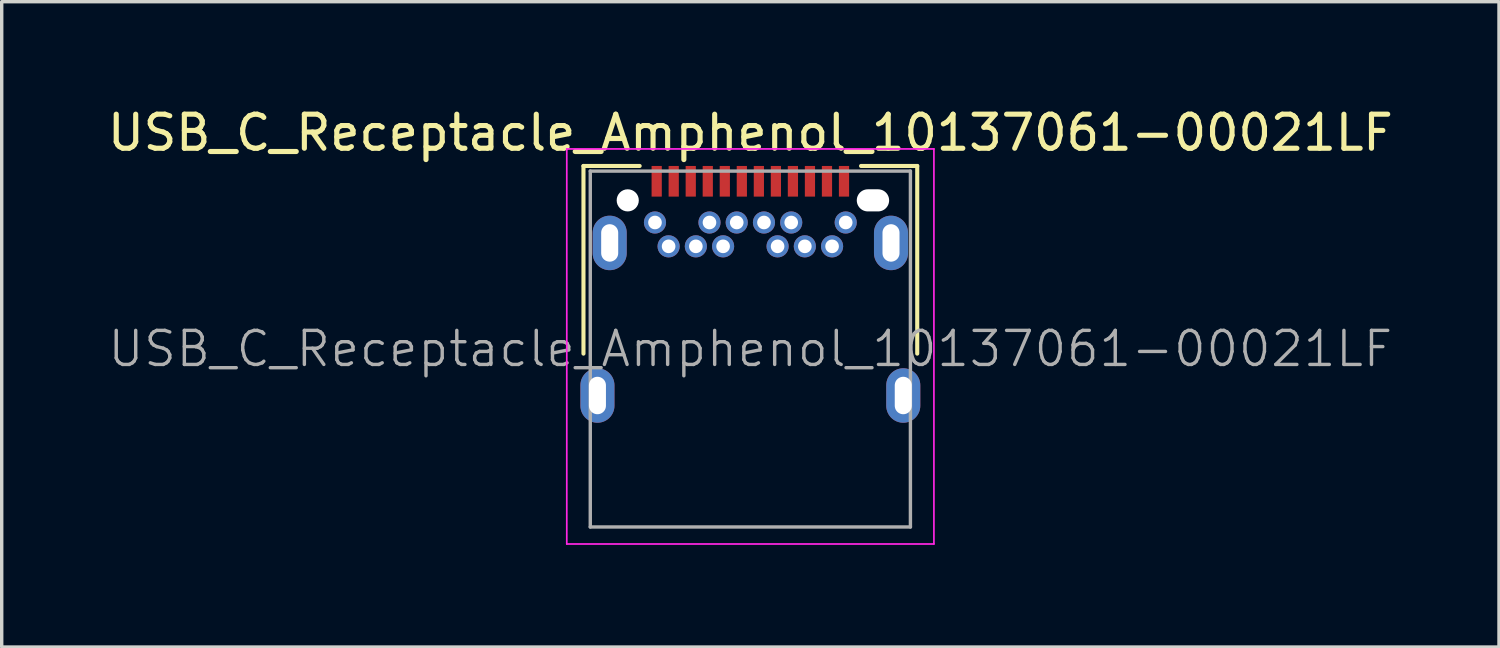
<source format=kicad_pcb>
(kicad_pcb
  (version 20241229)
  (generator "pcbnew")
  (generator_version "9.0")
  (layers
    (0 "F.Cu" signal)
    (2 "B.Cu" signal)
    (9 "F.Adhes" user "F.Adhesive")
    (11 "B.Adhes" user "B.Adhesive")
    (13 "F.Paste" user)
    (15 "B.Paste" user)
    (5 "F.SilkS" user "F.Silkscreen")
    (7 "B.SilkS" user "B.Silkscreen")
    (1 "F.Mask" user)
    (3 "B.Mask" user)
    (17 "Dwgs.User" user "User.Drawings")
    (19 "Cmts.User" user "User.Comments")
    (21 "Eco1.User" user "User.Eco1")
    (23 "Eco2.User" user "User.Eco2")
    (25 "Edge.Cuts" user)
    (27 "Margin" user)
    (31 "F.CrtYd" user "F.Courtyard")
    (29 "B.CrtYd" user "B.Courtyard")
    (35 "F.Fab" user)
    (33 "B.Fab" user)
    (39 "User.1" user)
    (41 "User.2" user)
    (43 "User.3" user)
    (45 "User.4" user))
  (footprint "USB_C_Receptacle_Amphenol_10137061-00021LF"
    (layer "F.Cu")
    (at 15.382 2.833)
    (property "Reference" "USB_C_Receptacle_Amphenol_10137061-00021LF" (at 3.6 -1.985 0) (layer "F.SilkS") (effects (font (size 1 1) (thickness 0.15))))
    (attr smd)
    (fp_line (start -1.3 -1.01) (end -1.3 4.5) (stroke (width 0.12) (type solid)) (layer "F.SilkS"))
    (fp_line (start -1.3 -1.01) (end 0.35 -1.01) (stroke (width 0.12) (type solid)) (layer "F.SilkS"))
    (fp_line (start 6.85 -1.01) (end 8.5 -1.01) (stroke (width 0.12) (type solid)) (layer "F.SilkS"))
    (fp_line (start 8.5 -1.01) (end 8.5 4.5) (stroke (width 0.12) (type solid)) (layer "F.SilkS"))
    (fp_line (start -1.79 -1.51) (end 8.99 -1.51) (stroke (width 0.05) (type solid)) (layer "F.CrtYd"))
    (fp_line (start -1.79 10.09) (end -1.79 -1.51) (stroke (width 0.05) (type solid)) (layer "F.CrtYd"))
    (fp_line (start 8.99 -1.51) (end 8.99 10.09) (stroke (width 0.05) (type solid)) (layer "F.CrtYd"))
    (fp_line (start 8.99 10.09) (end -1.79 10.09) (stroke (width 0.05) (type solid)) (layer "F.CrtYd"))
    (fp_line (start -1.1 -0.86) (end 8.3 -0.86) (stroke (width 0.1) (type solid)) (layer "F.Fab"))
    (fp_line (start -1.1 9.59) (end -1.1 -0.86) (stroke (width 0.1) (type solid)) (layer "F.Fab"))
    (fp_line (start -1.1 9.59) (end 8.3 9.59) (stroke (width 0.1) (type solid)) (layer "F.Fab"))
    (fp_line (start 8.3 9.59) (end 8.3 -0.86) (stroke (width 0.1) (type solid)) (layer "F.Fab"))
    (fp_text user "${REFERENCE}" (at 3.6 4.36 0) (layer "F.Fab") (effects (font (size 1 1) (thickness 0.1))))
    (pad "" np_thru_hole circle (at 0 0) (size 0.65 0.65) (drill 0.65) (layers "*.Cu" "*.Mask"))
    (pad "" np_thru_hole oval (at 7.2 0) (size 0.95 0.65) (drill oval 0.95 0.65) (layers "*.Cu" "*.Mask"))
    (pad "A1" smd rect (at 0.85 -0.56) (size 0.3 0.9) (layers "F.Cu" "F.Mask" "F.Paste"))
    (pad "A2" smd rect (at 1.35 -0.56) (size 0.3 0.9) (layers "F.Cu" "F.Mask" "F.Paste"))
    (pad "A3" smd rect (at 1.85 -0.56) (size 0.3 0.9) (layers "F.Cu" "F.Mask" "F.Paste"))
    (pad "A4" smd rect (at 2.35 -0.56) (size 0.3 0.9) (layers "F.Cu" "F.Mask" "F.Paste"))
    (pad "A5" smd rect (at 2.85 -0.56) (size 0.3 0.9) (layers "F.Cu" "F.Mask" "F.Paste"))
    (pad "A6" smd rect (at 3.35 -0.56) (size 0.3 0.9) (layers "F.Cu" "F.Mask" "F.Paste"))
    (pad "A7" smd rect (at 3.85 -0.56) (size 0.3 0.9) (layers "F.Cu" "F.Mask" "F.Paste"))
    (pad "A8" smd rect (at 4.35 -0.56) (size 0.3 0.9) (layers "F.Cu" "F.Mask" "F.Paste"))
    (pad "A9" smd rect (at 4.85 -0.56) (size 0.3 0.9) (layers "F.Cu" "F.Mask" "F.Paste"))
    (pad "A10" smd rect (at 5.35 -0.56) (size 0.3 0.9) (layers "F.Cu" "F.Mask" "F.Paste"))
    (pad "A11" smd rect (at 5.85 -0.56) (size 0.3 0.9) (layers "F.Cu" "F.Mask" "F.Paste"))
    (pad "A12" smd rect (at 6.35 -0.56) (size 0.3 0.9) (layers "F.Cu" "F.Mask" "F.Paste"))
    (pad "B1" thru_hole circle (at 6.4 0.65) (size 0.65 0.65) (drill 0.4) (layers "*.Cu" "*.Mask"))
    (pad "B2" thru_hole circle (at 6 1.35) (size 0.65 0.65) (drill 0.4) (layers "*.Cu" "*.Mask"))
    (pad "B3" thru_hole circle (at 5.2 1.35) (size 0.65 0.65) (drill 0.4) (layers "*.Cu" "*.Mask"))
    (pad "B4" thru_hole circle (at 4.8 0.65) (size 0.65 0.65) (drill 0.4) (layers "*.Cu" "*.Mask"))
    (pad "B5" thru_hole circle (at 4.4 1.35) (size 0.65 0.65) (drill 0.4) (layers "*.Cu" "*.Mask"))
    (pad "B6" thru_hole circle (at 4 0.65) (size 0.65 0.65) (drill 0.4) (layers "*.Cu" "*.Mask"))
    (pad "B7" thru_hole circle (at 3.2 0.65) (size 0.65 0.65) (drill 0.4) (layers "*.Cu" "*.Mask"))
    (pad "B8" thru_hole circle (at 2.8 1.35) (size 0.65 0.65) (drill 0.4) (layers "*.Cu" "*.Mask"))
    (pad "B9" thru_hole circle (at 2.4 0.65) (size 0.65 0.65) (drill 0.4) (layers "*.Cu" "*.Mask"))
    (pad "B10" thru_hole circle (at 2 1.35) (size 0.65 0.65) (drill 0.4) (layers "*.Cu" "*.Mask"))
    (pad "B11" thru_hole circle (at 1.2 1.35) (size 0.65 0.65) (drill 0.4) (layers "*.Cu" "*.Mask"))
    (pad "B12" thru_hole circle (at 0.8 0.65) (size 0.65 0.65) (drill 0.4) (layers "*.Cu" "*.Mask"))
    (pad "S1" thru_hole oval (at -0.89 5.73) (size 1 1.6) (drill oval 0.5 1.1) (layers "*.Cu" "*.Mask"))
    (pad "S1" thru_hole oval (at -0.53 1.25) (size 1 1.6) (drill oval 0.5 1.1) (layers "*.Cu" "*.Mask"))
    (pad "S1" thru_hole oval (at 7.73 1.25) (size 1 1.6) (drill oval 0.5 1.1) (layers "*.Cu" "*.Mask"))
    (pad "S1" thru_hole oval (at 8.09 5.73) (size 1 1.6) (drill oval 0.5 1.1) (layers "*.Cu" "*.Mask")))
  (gr_rect
    (start -3 -3)
    (end 40.964 15.948)
    (stroke (width 0.1) (type default))
    (fill no)
    (layer "Edge.Cuts")))
</source>
